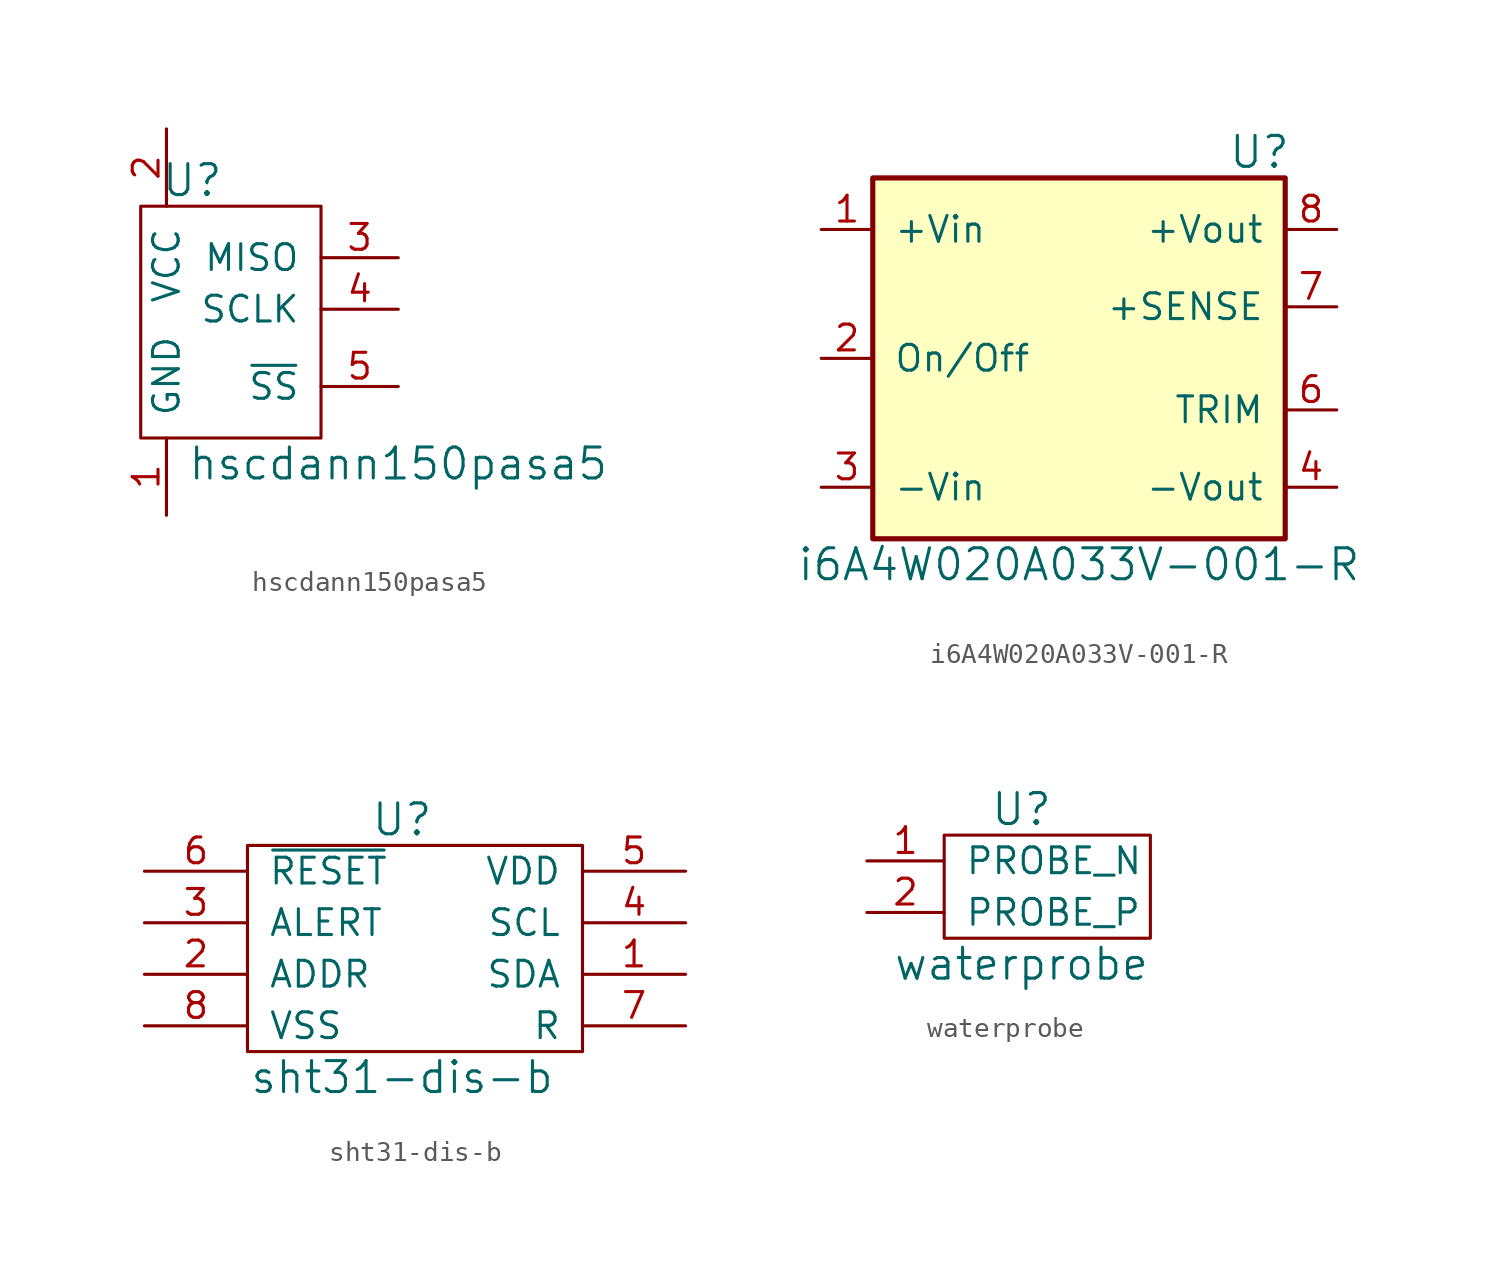
<source format=kicad_sym>
(kicad_symbol_lib
  (version 20211014)
  (generator kicad_symbol_editor)
  (symbol "hscdann150pasa5"
    (pin_names
      (offset 1.016))
    (property "Reference" "U"
      (at 0 10.16 0)
      (effects (font (size 1.524 1.524))))
    (property "Value" "hscdann150pasa5"
      (at 10.16 -3.81 0)
      (effects (font (size 1.524 1.524))))
    (symbol "hscdann150pasa5_0_1"
      (rectangle (start -2.54 8.89) (end 6.35 -2.54) (stroke (width 0) (type default) (color 0 0 0 0)) (fill (type none))))
    (symbol "hscdann150pasa5_1_1"
      (pin power_in line (at -1.27 -6.35 90) (length 3.81) (name "GND" (effects (font (size 1.27 1.27)))) (number "1" (effects (font (size 1.27 1.27)))))
      (pin power_in line (at -1.27 12.7 270) (length 3.81) (name "VCC" (effects (font (size 1.27 1.27)))) (number "2" (effects (font (size 1.27 1.27)))))
      (pin output line (at 10.16 6.35 180) (length 3.81) (name "MISO" (effects (font (size 1.27 1.27)))) (number "3" (effects (font (size 1.27 1.27)))))
      (pin input line (at 10.16 3.81 180) (length 3.81) (name "SCLK" (effects (font (size 1.27 1.27)))) (number "4" (effects (font (size 1.27 1.27)))))
      (pin input line (at 10.16 0 180) (length 3.81) (name "~{SS}" (effects (font (size 1.27 1.27)))) (number "5" (effects (font (size 1.27 1.27)))))
      (pin no_connect line (at 0 3.81 0) (length 3.81) hide (name "~" (effects (font (size 1.27 1.27)))) (number "6" (effects (font (size 1.27 1.27)))))
      (pin no_connect line (at 0 2.54 0) (length 3.81) hide (name "~" (effects (font (size 1.27 1.27)))) (number "7" (effects (font (size 1.27 1.27)))))
      (pin no_connect line (at 0 1.27 0) (length 3.81) hide (name "~" (effects (font (size 1.27 1.27)))) (number "8" (effects (font (size 1.27 1.27)))))))
  (symbol "i6A4W020A033V-001-R"
    (pin_names
      (offset 1.016))
    (property "Reference" "U"
      (at 8.89 12.7 0)
      (effects (font (size 1.524 1.524))))
    (property "Value" "i6A4W020A033V-001-R"
      (at 0 -7.62 0)
      (effects (font (size 1.524 1.524))))
    (symbol "i6A4W020A033V-001-R_0_1"
      (rectangle (start -10.16 11.43) (end 10.16 -6.35) (stroke (width 0.254) (type default) (color 0 0 0 0)) (fill (type background))))
    (symbol "i6A4W020A033V-001-R_1_1"
      (pin power_in line (at -12.7 8.89 0) (length 2.54) (name "+Vin" (effects (font (size 1.27 1.27)))) (number "1" (effects (font (size 1.27 1.27)))))
      (pin input line (at -12.7 2.54 0) (length 2.54) (name "On/Off" (effects (font (size 1.27 1.27)))) (number "2" (effects (font (size 1.27 1.27)))))
      (pin power_in line (at -12.7 -3.81 0) (length 2.54) (name "-Vin" (effects (font (size 1.27 1.27)))) (number "3" (effects (font (size 1.27 1.27)))))
      (pin power_out line (at 12.7 -3.81 180) (length 2.54) (name "-Vout" (effects (font (size 1.27 1.27)))) (number "4" (effects (font (size 1.27 1.27)))))
      (pin passive line (at 12.7 0 180) (length 2.54) (name "TRIM" (effects (font (size 1.27 1.27)))) (number "6" (effects (font (size 1.27 1.27)))))
      (pin passive line (at 12.7 5.08 180) (length 2.54) (name "+SENSE" (effects (font (size 1.27 1.27)))) (number "7" (effects (font (size 1.27 1.27)))))
      (pin power_out line (at 12.7 8.89 180) (length 2.54) (name "+Vout" (effects (font (size 1.27 1.27)))) (number "8" (effects (font (size 1.27 1.27)))))))
  (symbol "sht31-dis-b"
    (pin_names
      (offset 1.016))
    (property "Reference" "U"
      (at 0 11.43 0)
      (effects (font (size 1.524 1.524))))
    (property "Value" "sht31-dis-b"
      (at 0 -1.27 0)
      (effects (font (size 1.524 1.524))))
    (symbol "sht31-dis-b_0_1"
      (rectangle (start -7.62 10.16) (end 8.89 0) (stroke (width 0) (type default) (color 0 0 0 0)) (fill (type none))))
    (symbol "sht31-dis-b_1_1"
      (pin bidirectional line (at 13.97 3.81 180) (length 5.08) (name "SDA" (effects (font (size 1.27 1.27)))) (number "1" (effects (font (size 1.27 1.27)))))
      (pin input line (at -12.7 3.81 0) (length 5.08) (name "ADDR" (effects (font (size 1.27 1.27)))) (number "2" (effects (font (size 1.27 1.27)))))
      (pin output line (at -12.7 6.35 0) (length 5.08) (name "ALERT" (effects (font (size 1.27 1.27)))) (number "3" (effects (font (size 1.27 1.27)))))
      (pin input line (at 13.97 6.35 180) (length 5.08) (name "SCL" (effects (font (size 1.27 1.27)))) (number "4" (effects (font (size 1.27 1.27)))))
      (pin power_in line (at 13.97 8.89 180) (length 5.08) (name "VDD" (effects (font (size 1.27 1.27)))) (number "5" (effects (font (size 1.27 1.27)))))
      (pin input line (at -12.7 8.89 0) (length 5.08) (name "~{RESET}" (effects (font (size 1.27 1.27)))) (number "6" (effects (font (size 1.27 1.27)))))
      (pin passive line (at 13.97 1.27 180) (length 5.08) (name "R" (effects (font (size 1.27 1.27)))) (number "7" (effects (font (size 1.27 1.27)))))
      (pin power_in line (at -12.7 1.27 0) (length 5.08) (name "VSS" (effects (font (size 1.27 1.27)))) (number "8" (effects (font (size 1.27 1.27)))))
      (pin passive line (at 3.81 3.81 180) (length 5.08) hide (name "PAD" (effects (font (size 1.27 1.27)))) (number "9" (effects (font (size 1.27 1.27)))))))
  (symbol "waterprobe"
    (pin_names
      (offset 1.016))
    (property "Reference" "U"
      (at 0 5.08 0)
      (effects (font (size 1.524 1.524))))
    (property "Value" "waterprobe"
      (at 0 -2.54 0)
      (effects (font (size 1.524 1.524))))
    (symbol "waterprobe_0_1"
      (rectangle (start -3.81 3.81) (end 6.35 -1.27) (stroke (width 0) (type default) (color 0 0 0 0)) (fill (type none))))
    (symbol "waterprobe_1_1"
      (pin passive line (at -7.62 2.54 0) (length 3.81) (name "PROBE_N" (effects (font (size 1.27 1.27)))) (number "1" (effects (font (size 1.27 1.27)))))
      (pin passive line (at -7.62 0 0) (length 3.81) (name "PROBE_P" (effects (font (size 1.27 1.27)))) (number "2" (effects (font (size 1.27 1.27))))))))
</source>
